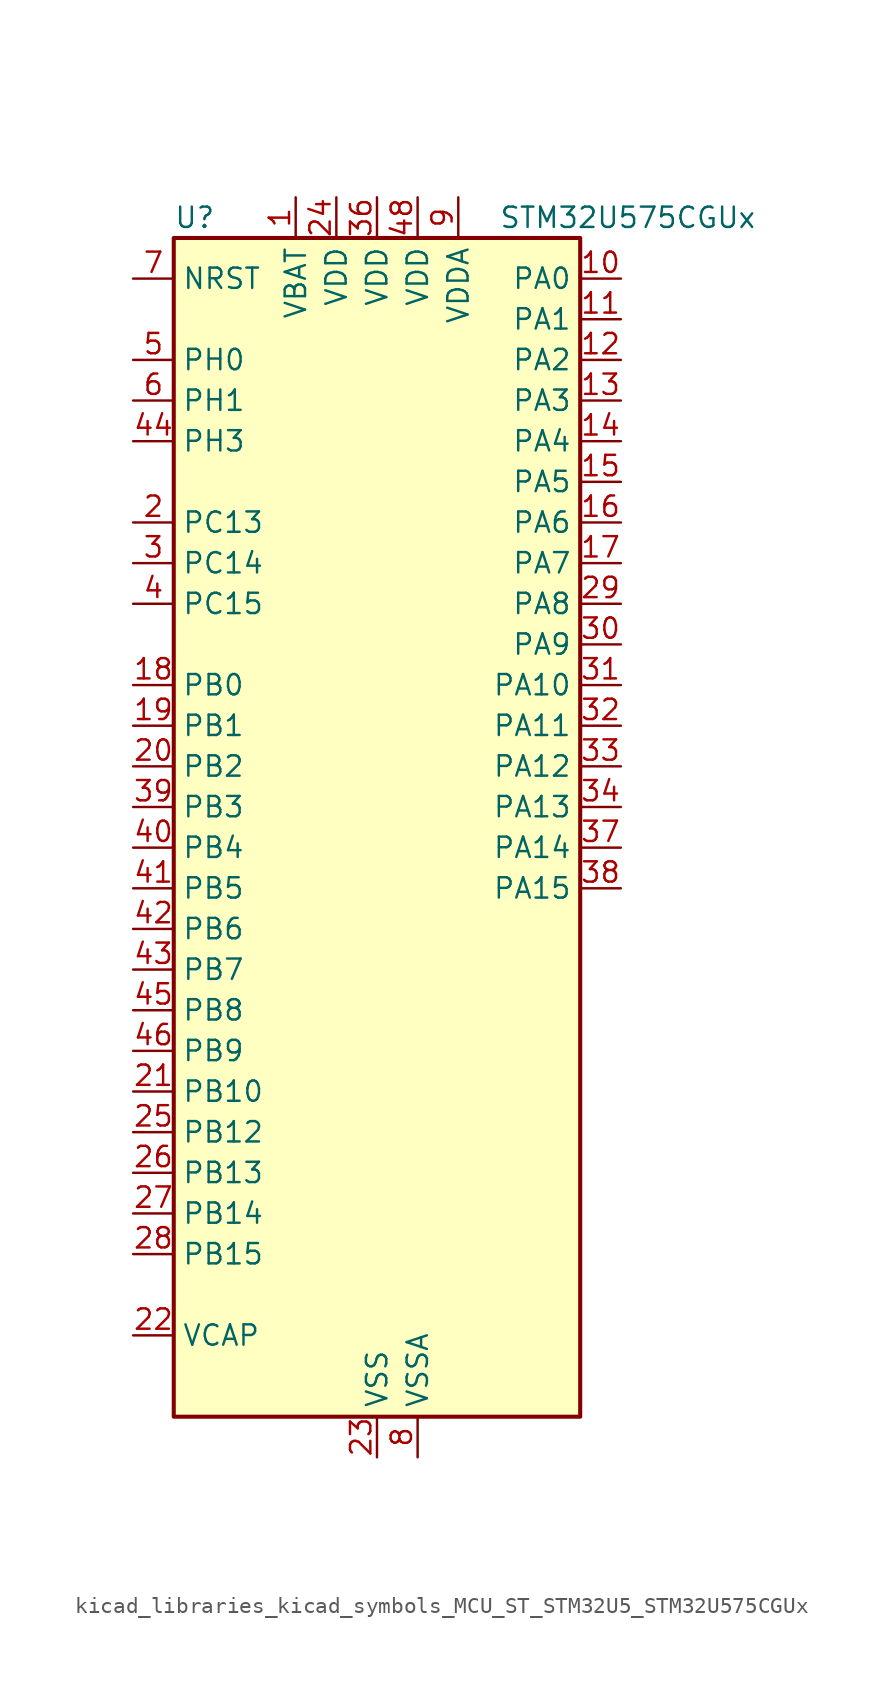
<source format=kicad_sym>
(kicad_symbol_lib
  (version 20220914)
  (generator kicad_symbol_editor)
  (symbol "kicad_libraries_kicad_symbols_MCU_ST_STM32U5_STM32U575CGUx"
    (property "Reference" "U"
      (at -12.7 39.37 0)
      (effects (font (size 1.27 1.27)) (justify left)))
    (property "Value" "STM32U575CGUx"
      (at 7.62 39.37 0)
      (effects (font (size 1.27 1.27)) (justify left)))
    (property "ki_locked" ""
      (at 0 0 0)
      (effects (font (size 1.27 1.27))))
    (symbol "kicad_libraries_kicad_symbols_MCU_ST_STM32U5_STM32U575CGUx_0_1"
      (rectangle (start -12.7 -35.56) (end 12.7 38.1) (stroke (width 0.254) (type default)) (fill (type background))))
    (symbol "kicad_libraries_kicad_symbols_MCU_ST_STM32U5_STM32U575CGUx_1_1"
      (pin power_in line (at -5.08 40.64 270) (length 2.54) (name "VBAT" (effects (font (size 1.27 1.27)))) (number "1" (effects (font (size 1.27 1.27)))))
      (pin bidirectional line (at 15.24 35.56 180) (length 2.54) (name "PA0" (effects (font (size 1.27 1.27)))) (number "10" (effects (font (size 1.27 1.27)))) (alternate "ADC1_IN5" bidirectional line) (alternate "AUDIOCLK" bidirectional line) (alternate "OCTOSPIM_P2_NCS" bidirectional line) (alternate "OPAMP1_VINP" bidirectional line) (alternate "PWR_WKUP1" bidirectional line) (alternate "SPI3_RDY" bidirectional line) (alternate "TAMP_IN2" bidirectional line) (alternate "TAMP_OUT1" bidirectional line) (alternate "TIM2_CH1" bidirectional line) (alternate "TIM2_ETR" bidirectional line) (alternate "TIM5_CH1" bidirectional line) (alternate "TIM8_ETR" bidirectional line) (alternate "UART4_TX" bidirectional line) (alternate "USART2_CTS" bidirectional line))
      (pin bidirectional line (at 15.24 33.02 180) (length 2.54) (name "PA1" (effects (font (size 1.27 1.27)))) (number "11" (effects (font (size 1.27 1.27)))) (alternate "ADC1_IN6" bidirectional line) (alternate "I2C1_SMBA" bidirectional line) (alternate "LPTIM1_CH2" bidirectional line) (alternate "OCTOSPIM_P1_DQS" bidirectional line) (alternate "OPAMP1_VINM" bidirectional line) (alternate "PWR_WKUP3" bidirectional line) (alternate "SPI1_SCK" bidirectional line) (alternate "TAMP_IN5" bidirectional line) (alternate "TAMP_OUT4" bidirectional line) (alternate "TIM15_CH1N" bidirectional line) (alternate "TIM2_CH2" bidirectional line) (alternate "TIM5_CH2" bidirectional line) (alternate "UART4_RX" bidirectional line) (alternate "USART2_DE" bidirectional line) (alternate "USART2_RTS" bidirectional line))
      (pin bidirectional line (at 15.24 30.48 180) (length 2.54) (name "PA2" (effects (font (size 1.27 1.27)))) (number "12" (effects (font (size 1.27 1.27)))) (alternate "ADC1_IN7" bidirectional line) (alternate "COMP1_INP" bidirectional line) (alternate "LPUART1_TX" bidirectional line) (alternate "OCTOSPIM_P1_NCS" bidirectional line) (alternate "PWR_WKUP4" bidirectional line) (alternate "RCC_LSCO" bidirectional line) (alternate "SPI1_RDY" bidirectional line) (alternate "TIM15_CH1" bidirectional line) (alternate "TIM2_CH3" bidirectional line) (alternate "TIM5_CH3" bidirectional line) (alternate "UCPD1_FRSTX1" bidirectional line) (alternate "USART2_TX" bidirectional line))
      (pin bidirectional line (at 15.24 27.94 180) (length 2.54) (name "PA3" (effects (font (size 1.27 1.27)))) (number "13" (effects (font (size 1.27 1.27)))) (alternate "ADC1_IN8" bidirectional line) (alternate "LPUART1_RX" bidirectional line) (alternate "OCTOSPIM_P1_CLK" bidirectional line) (alternate "OPAMP1_VOUT" bidirectional line) (alternate "PWR_WKUP5" bidirectional line) (alternate "SAI1_CK1" bidirectional line) (alternate "SAI1_MCLK_A" bidirectional line) (alternate "TIM15_CH2" bidirectional line) (alternate "TIM2_CH4" bidirectional line) (alternate "TIM5_CH4" bidirectional line) (alternate "USART2_RX" bidirectional line))
      (pin bidirectional line (at 15.24 25.4 180) (length 2.54) (name "PA4" (effects (font (size 1.27 1.27)))) (number "14" (effects (font (size 1.27 1.27)))) (alternate "ADC1_IN9" bidirectional line) (alternate "ADC4_IN9" bidirectional line) (alternate "DAC1_OUT1" bidirectional line) (alternate "LPTIM2_CH1" bidirectional line) (alternate "OCTOSPIM_P1_NCS" bidirectional line) (alternate "PWR_WKUP2" bidirectional line) (alternate "SAI1_FS_B" bidirectional line) (alternate "SPI1_NSS" bidirectional line) (alternate "SPI3_NSS" bidirectional line) (alternate "USART2_CK" bidirectional line))
      (pin bidirectional line (at 15.24 22.86 180) (length 2.54) (name "PA5" (effects (font (size 1.27 1.27)))) (number "15" (effects (font (size 1.27 1.27)))) (alternate "ADC1_IN10" bidirectional line) (alternate "ADC4_IN10" bidirectional line) (alternate "DAC1_OUT2" bidirectional line) (alternate "LPTIM2_ETR" bidirectional line) (alternate "PWR_CSLEEP" bidirectional line) (alternate "PWR_WKUP6" bidirectional line) (alternate "SPI1_SCK" bidirectional line) (alternate "TIM2_CH1" bidirectional line) (alternate "TIM2_ETR" bidirectional line) (alternate "TIM8_CH1N" bidirectional line) (alternate "USART3_RX" bidirectional line))
      (pin bidirectional line (at 15.24 20.32 180) (length 2.54) (name "PA6" (effects (font (size 1.27 1.27)))) (number "16" (effects (font (size 1.27 1.27)))) (alternate "ADC1_IN11" bidirectional line) (alternate "ADC4_IN11" bidirectional line) (alternate "LPUART1_CTS" bidirectional line) (alternate "OCTOSPIM_P1_IO3" bidirectional line) (alternate "OPAMP2_VINP" bidirectional line) (alternate "PWR_CDSTOP" bidirectional line) (alternate "PWR_WKUP7" bidirectional line) (alternate "SPI1_MISO" bidirectional line) (alternate "TIM16_CH1" bidirectional line) (alternate "TIM1_BKIN" bidirectional line) (alternate "TIM3_CH1" bidirectional line) (alternate "TIM8_BKIN" bidirectional line) (alternate "USART3_CTS" bidirectional line))
      (pin bidirectional line (at 15.24 17.78 180) (length 2.54) (name "PA7" (effects (font (size 1.27 1.27)))) (number "17" (effects (font (size 1.27 1.27)))) (alternate "ADC1_IN12" bidirectional line) (alternate "ADC4_IN20" bidirectional line) (alternate "I2C3_SCL" bidirectional line) (alternate "LPTIM2_CH2" bidirectional line) (alternate "OCTOSPIM_P1_IO2" bidirectional line) (alternate "OPAMP2_VINM" bidirectional line) (alternate "PWR_SRDSTOP" bidirectional line) (alternate "PWR_WKUP8" bidirectional line) (alternate "SPI1_MOSI" bidirectional line) (alternate "TIM17_CH1" bidirectional line) (alternate "TIM1_CH1N" bidirectional line) (alternate "TIM3_CH2" bidirectional line) (alternate "TIM8_CH1N" bidirectional line) (alternate "USART3_TX" bidirectional line))
      (pin bidirectional line (at -15.24 10.16 0) (length 2.54) (name "PB0" (effects (font (size 1.27 1.27)))) (number "18" (effects (font (size 1.27 1.27)))) (alternate "ADC1_IN15" bidirectional line) (alternate "ADC4_IN18" bidirectional line) (alternate "AUDIOCLK" bidirectional line) (alternate "COMP1_OUT" bidirectional line) (alternate "LPTIM3_CH1" bidirectional line) (alternate "OCTOSPIM_P1_IO1" bidirectional line) (alternate "OPAMP2_VOUT" bidirectional line) (alternate "SPI1_NSS" bidirectional line) (alternate "TIM1_CH2N" bidirectional line) (alternate "TIM3_CH3" bidirectional line) (alternate "TIM8_CH2N" bidirectional line) (alternate "USART3_CK" bidirectional line))
      (pin bidirectional line (at -15.24 7.62 0) (length 2.54) (name "PB1" (effects (font (size 1.27 1.27)))) (number "19" (effects (font (size 1.27 1.27)))) (alternate "ADC1_IN16" bidirectional line) (alternate "ADC4_IN19" bidirectional line) (alternate "COMP1_INM" bidirectional line) (alternate "LPTIM2_IN1" bidirectional line) (alternate "LPTIM3_CH2" bidirectional line) (alternate "LPUART1_DE" bidirectional line) (alternate "LPUART1_RTS" bidirectional line) (alternate "MDF1_SDI0" bidirectional line) (alternate "OCTOSPIM_P1_IO0" bidirectional line) (alternate "PWR_WKUP4" bidirectional line) (alternate "TIM1_CH3N" bidirectional line) (alternate "TIM3_CH4" bidirectional line) (alternate "TIM8_CH3N" bidirectional line) (alternate "USART3_DE" bidirectional line) (alternate "USART3_RTS" bidirectional line))
      (pin bidirectional line (at -15.24 20.32 0) (length 2.54) (name "PC13" (effects (font (size 1.27 1.27)))) (number "2" (effects (font (size 1.27 1.27)))) (alternate "PWR_WKUP2" bidirectional line) (alternate "RTC_OUT1" bidirectional line) (alternate "RTC_TS" bidirectional line) (alternate "TAMP_IN1" bidirectional line) (alternate "TAMP_OUT2" bidirectional line))
      (pin bidirectional line (at -15.24 5.08 0) (length 2.54) (name "PB2" (effects (font (size 1.27 1.27)))) (number "20" (effects (font (size 1.27 1.27)))) (alternate "ADC1_IN17" bidirectional line) (alternate "COMP1_INP" bidirectional line) (alternate "I2C3_SMBA" bidirectional line) (alternate "LPTIM1_CH1" bidirectional line) (alternate "MDF1_CKI0" bidirectional line) (alternate "OCTOSPIM_P1_DQS" bidirectional line) (alternate "PWR_WKUP1" bidirectional line) (alternate "RTC_OUT2" bidirectional line) (alternate "SPI1_RDY" bidirectional line) (alternate "TIM8_CH4N" bidirectional line) (alternate "UCPD1_FRSTX1" bidirectional line))
      (pin bidirectional line (at -15.24 -15.24 0) (length 2.54) (name "PB10" (effects (font (size 1.27 1.27)))) (number "21" (effects (font (size 1.27 1.27)))) (alternate "COMP1_OUT" bidirectional line) (alternate "I2C2_SCL" bidirectional line) (alternate "I2C4_SCL" bidirectional line) (alternate "LPTIM3_CH1" bidirectional line) (alternate "LPUART1_RX" bidirectional line) (alternate "OCTOSPIM_P1_CLK" bidirectional line) (alternate "PWR_WKUP8" bidirectional line) (alternate "SAI1_SCK_A" bidirectional line) (alternate "SPI2_SCK" bidirectional line) (alternate "TIM2_CH3" bidirectional line) (alternate "TSC_SYNC" bidirectional line) (alternate "USART3_TX" bidirectional line))
      (pin power_out line (at -15.24 -30.48 0) (length 2.54) (name "VCAP" (effects (font (size 1.27 1.27)))) (number "22" (effects (font (size 1.27 1.27)))))
      (pin power_in line (at 0 -38.1 90) (length 2.54) (name "VSS" (effects (font (size 1.27 1.27)))) (number "23" (effects (font (size 1.27 1.27)))))
      (pin power_in line (at -2.54 40.64 270) (length 2.54) (name "VDD" (effects (font (size 1.27 1.27)))) (number "24" (effects (font (size 1.27 1.27)))))
      (pin bidirectional line (at -15.24 -17.78 0) (length 2.54) (name "PB12" (effects (font (size 1.27 1.27)))) (number "25" (effects (font (size 1.27 1.27)))) (alternate "I2C2_SMBA" bidirectional line) (alternate "LPUART1_DE" bidirectional line) (alternate "LPUART1_RTS" bidirectional line) (alternate "MDF1_SDI1" bidirectional line) (alternate "OCTOSPIM_P1_NCLK" bidirectional line) (alternate "SPI2_NSS" bidirectional line) (alternate "TIM15_BKIN" bidirectional line) (alternate "TIM1_BKIN" bidirectional line) (alternate "TSC_G1_IO1" bidirectional line) (alternate "USART3_CK" bidirectional line))
      (pin bidirectional line (at -15.24 -20.32 0) (length 2.54) (name "PB13" (effects (font (size 1.27 1.27)))) (number "26" (effects (font (size 1.27 1.27)))) (alternate "I2C2_SCL" bidirectional line) (alternate "LPTIM3_IN1" bidirectional line) (alternate "LPUART1_CTS" bidirectional line) (alternate "MDF1_CKI1" bidirectional line) (alternate "SPI2_SCK" bidirectional line) (alternate "TIM15_CH1N" bidirectional line) (alternate "TIM1_CH1N" bidirectional line) (alternate "TSC_G1_IO2" bidirectional line) (alternate "USART3_CTS" bidirectional line))
      (pin bidirectional line (at -15.24 -22.86 0) (length 2.54) (name "PB14" (effects (font (size 1.27 1.27)))) (number "27" (effects (font (size 1.27 1.27)))) (alternate "I2C2_SDA" bidirectional line) (alternate "LPTIM3_ETR" bidirectional line) (alternate "MDF1_SDI2" bidirectional line) (alternate "SPI2_MISO" bidirectional line) (alternate "TIM15_CH1" bidirectional line) (alternate "TIM1_CH2N" bidirectional line) (alternate "TIM8_CH2N" bidirectional line) (alternate "TSC_G1_IO3" bidirectional line) (alternate "UCPD1_DBCC2" bidirectional line) (alternate "USART3_DE" bidirectional line) (alternate "USART3_RTS" bidirectional line))
      (pin bidirectional line (at -15.24 -25.4 0) (length 2.54) (name "PB15" (effects (font (size 1.27 1.27)))) (number "28" (effects (font (size 1.27 1.27)))) (alternate "ADC1_EXTI15" bidirectional line) (alternate "ADC4_EXTI15" bidirectional line) (alternate "LPTIM2_IN2" bidirectional line) (alternate "MDF1_CKI2" bidirectional line) (alternate "PWR_WKUP7" bidirectional line) (alternate "RTC_REFIN" bidirectional line) (alternate "SPI2_MOSI" bidirectional line) (alternate "TIM15_CH2" bidirectional line) (alternate "TIM1_CH3N" bidirectional line) (alternate "TIM8_CH3N" bidirectional line) (alternate "UCPD1_CC2" bidirectional line))
      (pin bidirectional line (at 15.24 15.24 180) (length 2.54) (name "PA8" (effects (font (size 1.27 1.27)))) (number "29" (effects (font (size 1.27 1.27)))) (alternate "DEBUG_TRACECLK" bidirectional line) (alternate "LPTIM2_CH1" bidirectional line) (alternate "RCC_MCO" bidirectional line) (alternate "SAI1_CK2" bidirectional line) (alternate "SAI1_SCK_A" bidirectional line) (alternate "SPI1_RDY" bidirectional line) (alternate "TIM1_CH1" bidirectional line) (alternate "USART1_CK" bidirectional line) (alternate "USB_OTG_FS_SOF" bidirectional line))
      (pin bidirectional line (at -15.24 17.78 0) (length 2.54) (name "PC14" (effects (font (size 1.27 1.27)))) (number "3" (effects (font (size 1.27 1.27)))) (alternate "RCC_OSC32_IN" bidirectional line))
      (pin bidirectional line (at 15.24 12.7 180) (length 2.54) (name "PA9" (effects (font (size 1.27 1.27)))) (number "30" (effects (font (size 1.27 1.27)))) (alternate "DAC1_EXTI9" bidirectional line) (alternate "SAI1_FS_A" bidirectional line) (alternate "SPI2_SCK" bidirectional line) (alternate "TIM15_BKIN" bidirectional line) (alternate "TIM1_CH2" bidirectional line) (alternate "USART1_TX" bidirectional line) (alternate "USB_OTG_FS_VBUS" bidirectional line))
      (pin bidirectional line (at 15.24 10.16 180) (length 2.54) (name "PA10" (effects (font (size 1.27 1.27)))) (number "31" (effects (font (size 1.27 1.27)))) (alternate "CRS_SYNC" bidirectional line) (alternate "LPTIM2_IN2" bidirectional line) (alternate "SAI1_D1" bidirectional line) (alternate "SAI1_SD_A" bidirectional line) (alternate "TIM17_BKIN" bidirectional line) (alternate "TIM1_CH3" bidirectional line) (alternate "USART1_RX" bidirectional line) (alternate "USB_OTG_FS_ID" bidirectional line))
      (pin bidirectional line (at 15.24 7.62 180) (length 2.54) (name "PA11" (effects (font (size 1.27 1.27)))) (number "32" (effects (font (size 1.27 1.27)))) (alternate "ADC1_EXTI11" bidirectional line) (alternate "FDCAN1_RX" bidirectional line) (alternate "SPI1_MISO" bidirectional line) (alternate "TIM1_BKIN2" bidirectional line) (alternate "TIM1_CH4" bidirectional line) (alternate "USART1_CTS" bidirectional line) (alternate "USB_OTG_FS_DM" bidirectional line))
      (pin bidirectional line (at 15.24 5.08 180) (length 2.54) (name "PA12" (effects (font (size 1.27 1.27)))) (number "33" (effects (font (size 1.27 1.27)))) (alternate "FDCAN1_TX" bidirectional line) (alternate "OCTOSPIM_P2_NCS" bidirectional line) (alternate "SPI1_MOSI" bidirectional line) (alternate "TIM1_ETR" bidirectional line) (alternate "USART1_DE" bidirectional line) (alternate "USART1_RTS" bidirectional line) (alternate "USB_OTG_FS_DP" bidirectional line))
      (pin bidirectional line (at 15.24 2.54 180) (length 2.54) (name "PA13" (effects (font (size 1.27 1.27)))) (number "34" (effects (font (size 1.27 1.27)))) (alternate "DEBUG_JTMS-SWDIO" bidirectional line) (alternate "IR_OUT" bidirectional line) (alternate "SAI1_SD_B" bidirectional line) (alternate "USB_OTG_FS_NOE" bidirectional line))
      (pin passive line (at 0 -38.1 90) (length 2.54) hide (name "VSS" (effects (font (size 1.27 1.27)))) (number "35" (effects (font (size 1.27 1.27)))))
      (pin power_in line (at 0 40.64 270) (length 2.54) (name "VDD" (effects (font (size 1.27 1.27)))) (number "36" (effects (font (size 1.27 1.27)))))
      (pin bidirectional line (at 15.24 0 180) (length 2.54) (name "PA14" (effects (font (size 1.27 1.27)))) (number "37" (effects (font (size 1.27 1.27)))) (alternate "DEBUG_JTCK-SWCLK" bidirectional line) (alternate "I2C1_SMBA" bidirectional line) (alternate "I2C4_SMBA" bidirectional line) (alternate "LPTIM1_CH1" bidirectional line) (alternate "SAI1_FS_B" bidirectional line) (alternate "USB_OTG_FS_SOF" bidirectional line))
      (pin bidirectional line (at 15.24 -2.54 180) (length 2.54) (name "PA15" (effects (font (size 1.27 1.27)))) (number "38" (effects (font (size 1.27 1.27)))) (alternate "ADC1_EXTI15" bidirectional line) (alternate "ADC4_EXTI15" bidirectional line) (alternate "DEBUG_JTDI" bidirectional line) (alternate "SPI1_NSS" bidirectional line) (alternate "SPI3_NSS" bidirectional line) (alternate "TIM2_CH1" bidirectional line) (alternate "TIM2_ETR" bidirectional line) (alternate "UART4_DE" bidirectional line) (alternate "UART4_RTS" bidirectional line) (alternate "UCPD1_CC1" bidirectional line) (alternate "USART2_RX" bidirectional line) (alternate "USART3_DE" bidirectional line) (alternate "USART3_RTS" bidirectional line))
      (pin bidirectional line (at -15.24 2.54 0) (length 2.54) (name "PB3" (effects (font (size 1.27 1.27)))) (number "39" (effects (font (size 1.27 1.27)))) (alternate "ADF1_CCK0" bidirectional line) (alternate "COMP2_INM" bidirectional line) (alternate "CRS_SYNC" bidirectional line) (alternate "DEBUG_JTDO-SWO" bidirectional line) (alternate "I2C1_SDA" bidirectional line) (alternate "LPTIM1_CH1" bidirectional line) (alternate "SAI1_SCK_B" bidirectional line) (alternate "SPI1_SCK" bidirectional line) (alternate "SPI3_SCK" bidirectional line) (alternate "TIM2_CH2" bidirectional line) (alternate "USART1_DE" bidirectional line) (alternate "USART1_RTS" bidirectional line))
      (pin bidirectional line (at -15.24 15.24 0) (length 2.54) (name "PC15" (effects (font (size 1.27 1.27)))) (number "4" (effects (font (size 1.27 1.27)))) (alternate "ADC1_EXTI15" bidirectional line) (alternate "ADC4_EXTI15" bidirectional line) (alternate "RCC_OSC32_OUT" bidirectional line))
      (pin bidirectional line (at -15.24 0 0) (length 2.54) (name "PB4" (effects (font (size 1.27 1.27)))) (number "40" (effects (font (size 1.27 1.27)))) (alternate "ADF1_SDI0" bidirectional line) (alternate "COMP2_INP" bidirectional line) (alternate "DEBUG_JTRST" bidirectional line) (alternate "I2C3_SDA" bidirectional line) (alternate "LPTIM1_CH2" bidirectional line) (alternate "SAI1_MCLK_B" bidirectional line) (alternate "SPI1_MISO" bidirectional line) (alternate "SPI3_MISO" bidirectional line) (alternate "TIM17_BKIN" bidirectional line) (alternate "TIM3_CH1" bidirectional line) (alternate "TSC_G2_IO1" bidirectional line) (alternate "USART1_CTS" bidirectional line))
      (pin bidirectional line (at -15.24 -2.54 0) (length 2.54) (name "PB5" (effects (font (size 1.27 1.27)))) (number "41" (effects (font (size 1.27 1.27)))) (alternate "COMP2_OUT" bidirectional line) (alternate "I2C1_SMBA" bidirectional line) (alternate "LPTIM1_IN1" bidirectional line) (alternate "OCTOSPIM_P1_NCLK" bidirectional line) (alternate "PWR_WKUP6" bidirectional line) (alternate "SAI1_SD_B" bidirectional line) (alternate "SPI1_MOSI" bidirectional line) (alternate "SPI3_MOSI" bidirectional line) (alternate "TIM16_BKIN" bidirectional line) (alternate "TIM3_CH2" bidirectional line) (alternate "TSC_G2_IO2" bidirectional line) (alternate "UCPD1_DBCC1" bidirectional line) (alternate "USART1_CK" bidirectional line))
      (pin bidirectional line (at -15.24 -5.08 0) (length 2.54) (name "PB6" (effects (font (size 1.27 1.27)))) (number "42" (effects (font (size 1.27 1.27)))) (alternate "COMP2_INP" bidirectional line) (alternate "I2C1_SCL" bidirectional line) (alternate "I2C4_SCL" bidirectional line) (alternate "LPTIM1_ETR" bidirectional line) (alternate "MDF1_SDI5" bidirectional line) (alternate "PWR_WKUP3" bidirectional line) (alternate "SAI1_FS_B" bidirectional line) (alternate "TIM16_CH1N" bidirectional line) (alternate "TIM4_CH1" bidirectional line) (alternate "TIM8_BKIN2" bidirectional line) (alternate "TSC_G2_IO3" bidirectional line) (alternate "USART1_TX" bidirectional line))
      (pin bidirectional line (at -15.24 -7.62 0) (length 2.54) (name "PB7" (effects (font (size 1.27 1.27)))) (number "43" (effects (font (size 1.27 1.27)))) (alternate "COMP2_INM" bidirectional line) (alternate "I2C1_SDA" bidirectional line) (alternate "I2C4_SDA" bidirectional line) (alternate "LPTIM1_IN2" bidirectional line) (alternate "MDF1_CKI5" bidirectional line) (alternate "PWR_PVD_IN" bidirectional line) (alternate "PWR_WKUP4" bidirectional line) (alternate "TIM17_CH1N" bidirectional line) (alternate "TIM4_CH2" bidirectional line) (alternate "TIM8_BKIN" bidirectional line) (alternate "TSC_G2_IO4" bidirectional line) (alternate "UART4_CTS" bidirectional line) (alternate "USART1_RX" bidirectional line))
      (pin bidirectional line (at -15.24 25.4 0) (length 2.54) (name "PH3" (effects (font (size 1.27 1.27)))) (number "44" (effects (font (size 1.27 1.27)))))
      (pin bidirectional line (at -15.24 -10.16 0) (length 2.54) (name "PB8" (effects (font (size 1.27 1.27)))) (number "45" (effects (font (size 1.27 1.27)))) (alternate "FDCAN1_RX" bidirectional line) (alternate "I2C1_SCL" bidirectional line) (alternate "MDF1_CCK0" bidirectional line) (alternate "PWR_WKUP5" bidirectional line) (alternate "SAI1_CK1" bidirectional line) (alternate "SAI1_MCLK_A" bidirectional line) (alternate "SPI3_RDY" bidirectional line) (alternate "TIM16_CH1" bidirectional line) (alternate "TIM4_CH3" bidirectional line))
      (pin bidirectional line (at -15.24 -12.7 0) (length 2.54) (name "PB9" (effects (font (size 1.27 1.27)))) (number "46" (effects (font (size 1.27 1.27)))) (alternate "DAC1_EXTI9" bidirectional line) (alternate "FDCAN1_TX" bidirectional line) (alternate "I2C1_SDA" bidirectional line) (alternate "IR_OUT" bidirectional line) (alternate "SAI1_D2" bidirectional line) (alternate "SAI1_FS_A" bidirectional line) (alternate "SPI2_NSS" bidirectional line) (alternate "TIM17_CH1" bidirectional line) (alternate "TIM4_CH4" bidirectional line))
      (pin passive line (at 0 -38.1 90) (length 2.54) hide (name "VSS" (effects (font (size 1.27 1.27)))) (number "47" (effects (font (size 1.27 1.27)))))
      (pin power_in line (at 2.54 40.64 270) (length 2.54) (name "VDD" (effects (font (size 1.27 1.27)))) (number "48" (effects (font (size 1.27 1.27)))))
      (pin passive line (at 0 -38.1 90) (length 2.54) hide (name "VSS" (effects (font (size 1.27 1.27)))) (number "49" (effects (font (size 1.27 1.27)))))
      (pin bidirectional line (at -15.24 30.48 0) (length 2.54) (name "PH0" (effects (font (size 1.27 1.27)))) (number "5" (effects (font (size 1.27 1.27)))) (alternate "RCC_OSC_IN" bidirectional line))
      (pin bidirectional line (at -15.24 27.94 0) (length 2.54) (name "PH1" (effects (font (size 1.27 1.27)))) (number "6" (effects (font (size 1.27 1.27)))) (alternate "RCC_OSC_OUT" bidirectional line))
      (pin input line (at -15.24 35.56 0) (length 2.54) (name "NRST" (effects (font (size 1.27 1.27)))) (number "7" (effects (font (size 1.27 1.27)))))
      (pin power_in line (at 2.54 -38.1 90) (length 2.54) (name "VSSA" (effects (font (size 1.27 1.27)))) (number "8" (effects (font (size 1.27 1.27)))))
      (pin power_in line (at 5.08 40.64 270) (length 2.54) (name "VDDA" (effects (font (size 1.27 1.27)))) (number "9" (effects (font (size 1.27 1.27))))))))
</source>
